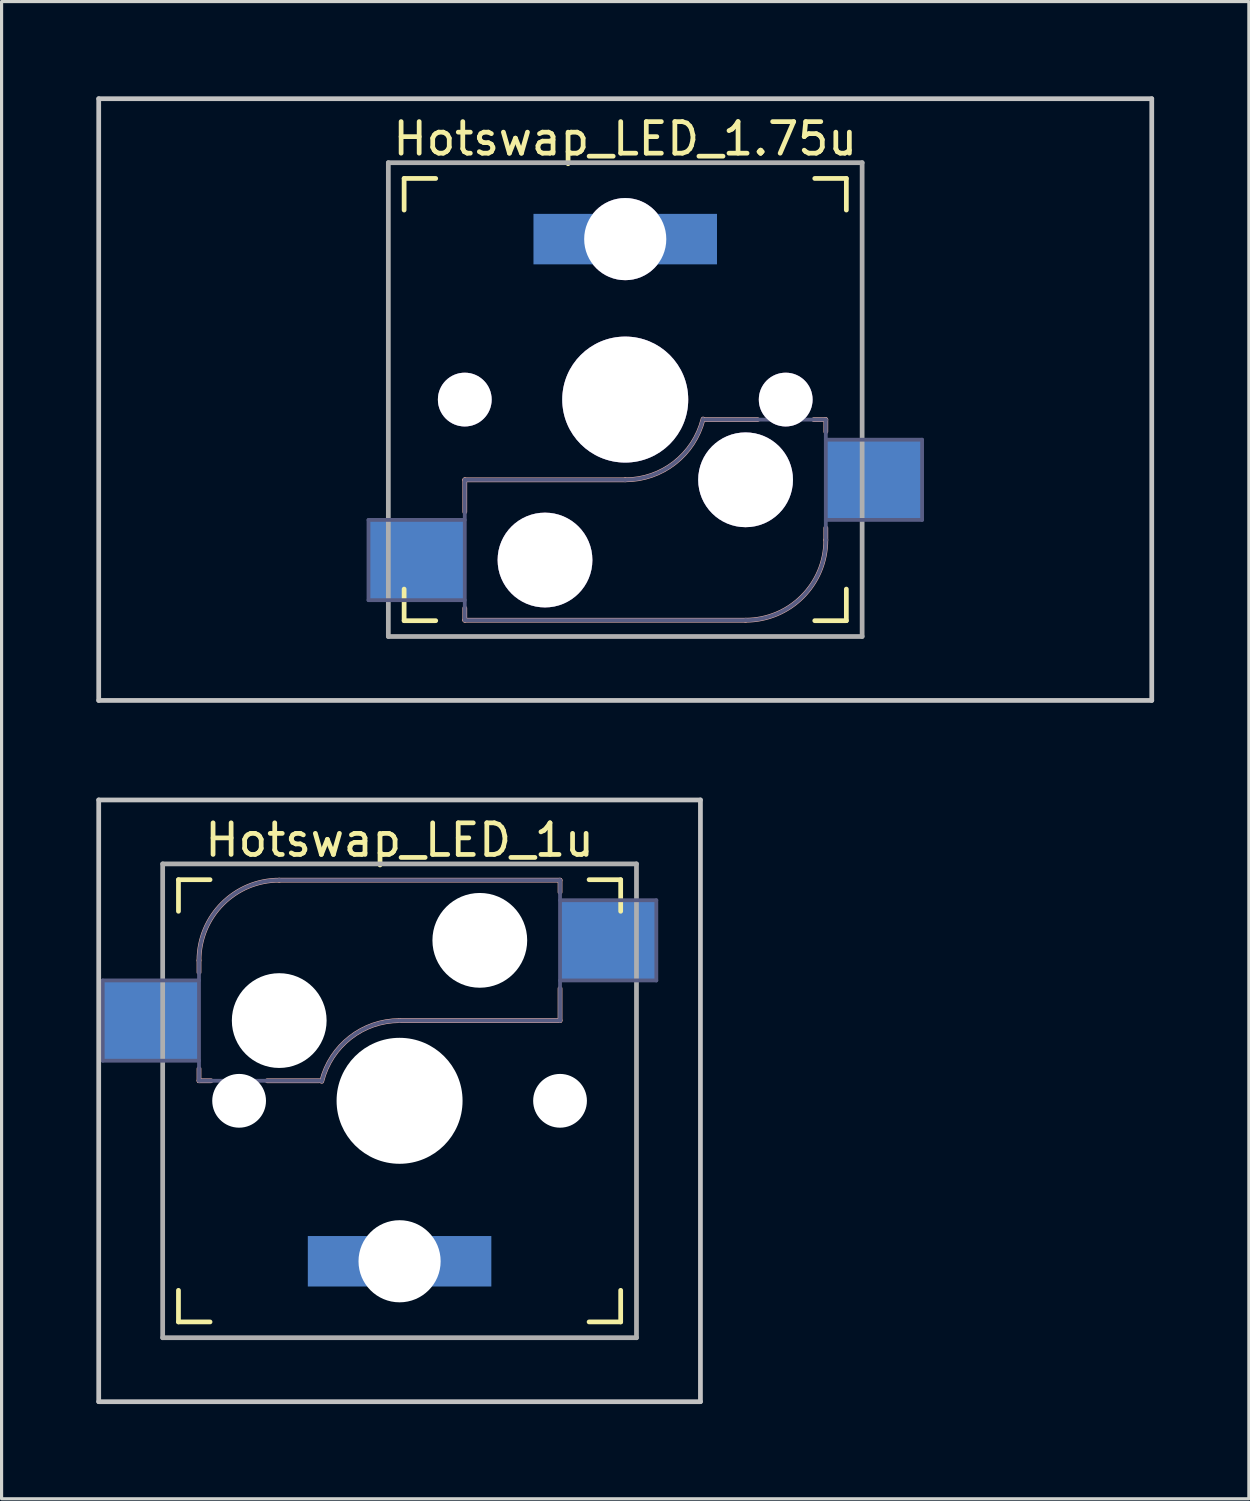
<source format=kicad_pcb>
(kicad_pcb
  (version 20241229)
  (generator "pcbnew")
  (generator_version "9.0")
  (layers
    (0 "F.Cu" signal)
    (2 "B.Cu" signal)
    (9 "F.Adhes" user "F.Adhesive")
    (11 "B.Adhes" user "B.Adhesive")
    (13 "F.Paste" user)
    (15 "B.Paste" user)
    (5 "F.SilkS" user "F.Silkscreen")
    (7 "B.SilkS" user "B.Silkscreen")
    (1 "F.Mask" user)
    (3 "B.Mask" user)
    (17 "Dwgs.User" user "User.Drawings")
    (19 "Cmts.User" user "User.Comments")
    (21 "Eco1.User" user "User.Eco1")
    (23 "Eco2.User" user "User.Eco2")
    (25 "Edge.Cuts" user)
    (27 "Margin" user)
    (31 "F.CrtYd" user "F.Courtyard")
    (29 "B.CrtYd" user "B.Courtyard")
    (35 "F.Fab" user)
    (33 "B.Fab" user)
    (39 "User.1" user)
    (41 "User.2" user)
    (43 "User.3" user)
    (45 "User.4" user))
  (footprint "Hotswap_LED_1.75u"
    (layer "F.Cu")
    (at 16.744 9.6)
    (property "Reference" "Hotswap_LED_1.75u" (at 0 -8.255 0) (layer "F.SilkS") (effects (font (size 1 1) (thickness 0.15))))
    (attr through_hole)
    (fp_line (start -7 -6) (end -7 -7) (stroke (width 0.15) (type solid)) (layer "F.SilkS"))
    (fp_line (start -7 7) (end -7 6) (stroke (width 0.15) (type solid)) (layer "F.SilkS"))
    (fp_line (start -7 7) (end -6 7) (stroke (width 0.15) (type solid)) (layer "F.SilkS"))
    (fp_line (start -6 -7) (end -7 -7) (stroke (width 0.15) (type solid)) (layer "F.SilkS"))
    (fp_line (start 6 7) (end 7 7) (stroke (width 0.15) (type solid)) (layer "F.SilkS"))
    (fp_line (start 7 -7) (end 6 -7) (stroke (width 0.15) (type solid)) (layer "F.SilkS"))
    (fp_line (start 7 -7) (end 7 -6) (stroke (width 0.15) (type solid)) (layer "F.SilkS"))
    (fp_line (start 7 6) (end 7 7) (stroke (width 0.15) (type solid)) (layer "F.SilkS"))
    (fp_line (start -5.08 2.54) (end -5.08 3.556) (stroke (width 0.15) (type solid)) (layer "B.SilkS"))
    (fp_line (start -5.08 6.604) (end -5.08 6.985) (stroke (width 0.15) (type solid)) (layer "B.SilkS"))
    (fp_line (start -5.08 6.985) (end 3.81 6.985) (stroke (width 0.15) (type solid)) (layer "B.SilkS"))
    (fp_line (start 0 2.54) (end -5.08 2.54) (stroke (width 0.15) (type solid)) (layer "B.SilkS"))
    (fp_line (start 4.191 0.635) (end 2.54 0.635) (stroke (width 0.15) (type solid)) (layer "B.SilkS"))
    (fp_line (start 6.35 0.635) (end 5.969 0.635) (stroke (width 0.15) (type solid)) (layer "B.SilkS"))
    (fp_line (start 6.35 1.016) (end 6.35 0.635) (stroke (width 0.15) (type solid)) (layer "B.SilkS"))
    (fp_line (start 6.35 4.445) (end 6.35 4.064) (stroke (width 0.15) (type solid)) (layer "B.SilkS"))
    (fp_arc (start 2.464162 0.61604) (mid 1.563147 2.002042) (end 0 2.54) (stroke (width 0.15) (type solid)) (layer "B.SilkS"))
    (fp_arc (start 6.35 4.445) (mid 5.606051 6.241051) (end 3.81 6.985) (stroke (width 0.15) (type solid)) (layer "B.SilkS"))
    (fp_line (start -16.669 -9.525) (end 16.669 -9.525) (stroke (width 0.15) (type solid)) (layer "Dwgs.User"))
    (fp_line (start -16.669 9.525) (end -16.669 -9.525) (stroke (width 0.15) (type solid)) (layer "Dwgs.User"))
    (fp_line (start -16.669 9.525) (end 16.669 9.525) (stroke (width 0.15) (type solid)) (layer "Dwgs.User"))
    (fp_line (start 16.669 -9.525) (end 16.669 9.525) (stroke (width 0.15) (type solid)) (layer "Dwgs.User"))
    (fp_line (start -6.9 6.9) (end -6.9 -6.9) (stroke (width 0.15) (type solid)) (layer "Eco2.User"))
    (fp_line (start -6.9 6.9) (end 6.9 6.9) (stroke (width 0.15) (type solid)) (layer "Eco2.User"))
    (fp_line (start 6.9 -6.9) (end -6.9 -6.9) (stroke (width 0.15) (type solid)) (layer "Eco2.User"))
    (fp_line (start 6.9 -6.9) (end 6.9 6.9) (stroke (width 0.15) (type solid)) (layer "Eco2.User"))
    (fp_line (start -8.128 3.81) (end -8.128 6.35) (stroke (width 0.12) (type solid)) (layer "B.Fab"))
    (fp_line (start -8.128 6.35) (end -5.08 6.35) (stroke (width 0.12) (type solid)) (layer "B.Fab"))
    (fp_line (start -5.08 2.54) (end -5.08 6.985) (stroke (width 0.12) (type solid)) (layer "B.Fab"))
    (fp_line (start -5.08 3.81) (end -8.128 3.81) (stroke (width 0.12) (type solid)) (layer "B.Fab"))
    (fp_line (start -5.08 6.985) (end 3.81 6.985) (stroke (width 0.12) (type solid)) (layer "B.Fab"))
    (fp_line (start 0 2.54) (end -5.08 2.54) (stroke (width 0.12) (type solid)) (layer "B.Fab"))
    (fp_line (start 6.35 0.635) (end 2.54 0.635) (stroke (width 0.12) (type solid)) (layer "B.Fab"))
    (fp_line (start 6.35 3.81) (end 9.398 3.81) (stroke (width 0.12) (type solid)) (layer "B.Fab"))
    (fp_line (start 6.35 4.445) (end 6.35 0.635) (stroke (width 0.12) (type solid)) (layer "B.Fab"))
    (fp_line (start 9.398 1.27) (end 6.35 1.27) (stroke (width 0.12) (type solid)) (layer "B.Fab"))
    (fp_line (start 9.398 3.81) (end 9.398 1.27) (stroke (width 0.12) (type solid)) (layer "B.Fab"))
    (fp_arc (start 2.464162 0.61604) (mid 1.563147 2.002042) (end 0 2.54) (stroke (width 0.12) (type solid)) (layer "B.Fab"))
    (fp_arc (start 6.35 4.445) (mid 5.606051 6.241051) (end 3.81 6.985) (stroke (width 0.12) (type solid)) (layer "B.Fab"))
    (fp_line (start -7.5 -7.5) (end 7.5 -7.5) (stroke (width 0.15) (type solid)) (layer "F.Fab"))
    (fp_line (start -7.5 7.5) (end -7.5 -7.5) (stroke (width 0.15) (type solid)) (layer "F.Fab"))
    (fp_line (start 7.5 -7.5) (end 7.5 7.5) (stroke (width 0.15) (type solid)) (layer "F.Fab"))
    (fp_line (start 7.5 7.5) (end -7.5 7.5) (stroke (width 0.15) (type solid)) (layer "F.Fab"))
    (pad "" thru_hole circle (at -5.08 0) (size 1.702 1.702) (drill 1.702) (layers "*.Cu" "*.Mask"))
    (pad "" thru_hole circle (at -2.54 5.08) (size 3 3) (drill 3) (layers "*.Cu" "*.Mask"))
    (pad "" thru_hole circle (at 0 -5.08) (size 2.6 2.6) (drill 2.6) (layers "*.Cu" "*.Mask"))
    (pad "" thru_hole circle (at 0 0) (size 3.988 3.988) (drill 3.988) (layers "*.Cu" "*.Mask"))
    (pad "" thru_hole circle (at 3.81 2.54) (size 3 3) (drill 3) (layers "*.Cu" "*.Mask"))
    (pad "" thru_hole circle (at 5.08 0) (size 1.702 1.702) (drill 1.702) (layers "*.Cu" "*.Mask"))
    (pad "1" smd rect (at -6.604 5.08) (size 3 2.5) (layers "B.Cu"))
    (pad "2" smd rect (at 7.874 2.54) (size 3 2.5) (layers "B.Cu"))
    (pad "A" smd rect (at 1.905 -5.08) (size 2 1.598) (layers "B.Cu"))
    (pad "K" smd rect (at -1.905 -5.08) (size 2 1.598) (layers "B.Cu")))
  (footprint "Hotswap_LED_1u"
    (layer "F.Cu")
    (at 9.6 31.8)
    (property "Reference" "Hotswap_LED_1u" (at 0 -8.255 0) (layer "F.SilkS") (effects (font (size 1 1) (thickness 0.15))))
    (attr through_hole)
    (fp_line (start -7 -6) (end -7 -7) (stroke (width 0.15) (type solid)) (layer "F.SilkS"))
    (fp_line (start -7 7) (end -7 6) (stroke (width 0.15) (type solid)) (layer "F.SilkS"))
    (fp_line (start -7 7) (end -6 7) (stroke (width 0.15) (type solid)) (layer "F.SilkS"))
    (fp_line (start -6 -7) (end -7 -7) (stroke (width 0.15) (type solid)) (layer "F.SilkS"))
    (fp_line (start 6 7) (end 7 7) (stroke (width 0.15) (type solid)) (layer "F.SilkS"))
    (fp_line (start 7 -7) (end 6 -7) (stroke (width 0.15) (type solid)) (layer "F.SilkS"))
    (fp_line (start 7 -7) (end 7 -6) (stroke (width 0.15) (type solid)) (layer "F.SilkS"))
    (fp_line (start 7 6) (end 7 7) (stroke (width 0.15) (type solid)) (layer "F.SilkS"))
    (fp_line (start -6.35 -4.445) (end -6.35 -4.064) (stroke (width 0.15) (type solid)) (layer "B.SilkS"))
    (fp_line (start -6.35 -1.016) (end -6.35 -0.635) (stroke (width 0.15) (type solid)) (layer "B.SilkS"))
    (fp_line (start -6.35 -0.635) (end -5.969 -0.635) (stroke (width 0.15) (type solid)) (layer "B.SilkS"))
    (fp_line (start -4.191 -0.635) (end -2.54 -0.635) (stroke (width 0.15) (type solid)) (layer "B.SilkS"))
    (fp_line (start 0 -2.54) (end 5.08 -2.54) (stroke (width 0.15) (type solid)) (layer "B.SilkS"))
    (fp_line (start 5.08 -6.985) (end -3.81 -6.985) (stroke (width 0.15) (type solid)) (layer "B.SilkS"))
    (fp_line (start 5.08 -6.604) (end 5.08 -6.985) (stroke (width 0.15) (type solid)) (layer "B.SilkS"))
    (fp_line (start 5.08 -2.54) (end 5.08 -3.556) (stroke (width 0.15) (type solid)) (layer "B.SilkS"))
    (fp_arc (start -6.35 -4.445) (mid -5.606051 -6.241051) (end -3.81 -6.985) (stroke (width 0.15) (type solid)) (layer "B.SilkS"))
    (fp_arc (start -2.464162 -0.61604) (mid -1.563147 -2.002042) (end 0 -2.54) (stroke (width 0.15) (type solid)) (layer "B.SilkS"))
    (fp_line (start -9.525 -9.525) (end 9.525 -9.525) (stroke (width 0.15) (type solid)) (layer "Dwgs.User"))
    (fp_line (start -9.525 9.525) (end -9.525 -9.525) (stroke (width 0.15) (type solid)) (layer "Dwgs.User"))
    (fp_line (start -9.525 9.525) (end 9.525 9.525) (stroke (width 0.15) (type solid)) (layer "Dwgs.User"))
    (fp_line (start 9.525 -9.525) (end 9.525 9.525) (stroke (width 0.15) (type solid)) (layer "Dwgs.User"))
    (fp_line (start -6.9 6.9) (end -6.9 -6.9) (stroke (width 0.15) (type solid)) (layer "Eco2.User"))
    (fp_line (start -6.9 6.9) (end 6.9 6.9) (stroke (width 0.15) (type solid)) (layer "Eco2.User"))
    (fp_line (start 6.9 -6.9) (end -6.9 -6.9) (stroke (width 0.15) (type solid)) (layer "Eco2.User"))
    (fp_line (start 6.9 -6.9) (end 6.9 6.9) (stroke (width 0.15) (type solid)) (layer "Eco2.User"))
    (fp_line (start -9.398 -3.81) (end -9.398 -1.27) (stroke (width 0.12) (type solid)) (layer "B.Fab"))
    (fp_line (start -9.398 -1.27) (end -6.35 -1.27) (stroke (width 0.12) (type solid)) (layer "B.Fab"))
    (fp_line (start -6.35 -4.445) (end -6.35 -0.635) (stroke (width 0.12) (type solid)) (layer "B.Fab"))
    (fp_line (start -6.35 -3.81) (end -9.398 -3.81) (stroke (width 0.12) (type solid)) (layer "B.Fab"))
    (fp_line (start -6.35 -0.635) (end -2.54 -0.635) (stroke (width 0.12) (type solid)) (layer "B.Fab"))
    (fp_line (start 0 -2.54) (end 5.08 -2.54) (stroke (width 0.12) (type solid)) (layer "B.Fab"))
    (fp_line (start 5.08 -6.985) (end -3.81 -6.985) (stroke (width 0.12) (type solid)) (layer "B.Fab"))
    (fp_line (start 5.08 -3.81) (end 8.128 -3.81) (stroke (width 0.12) (type solid)) (layer "B.Fab"))
    (fp_line (start 5.08 -2.54) (end 5.08 -6.985) (stroke (width 0.12) (type solid)) (layer "B.Fab"))
    (fp_line (start 8.128 -6.35) (end 5.08 -6.35) (stroke (width 0.12) (type solid)) (layer "B.Fab"))
    (fp_line (start 8.128 -3.81) (end 8.128 -6.35) (stroke (width 0.12) (type solid)) (layer "B.Fab"))
    (fp_arc (start -6.35 -4.445) (mid -5.606051 -6.241051) (end -3.81 -6.985) (stroke (width 0.12) (type solid)) (layer "B.Fab"))
    (fp_arc (start -2.464162 -0.61604) (mid -1.563147 -2.002042) (end 0 -2.54) (stroke (width 0.12) (type solid)) (layer "B.Fab"))
    (fp_line (start -7.5 -7.5) (end 7.5 -7.5) (stroke (width 0.15) (type solid)) (layer "F.Fab"))
    (fp_line (start -7.5 7.5) (end -7.5 -7.5) (stroke (width 0.15) (type solid)) (layer "F.Fab"))
    (fp_line (start 7.5 -7.5) (end 7.5 7.5) (stroke (width 0.15) (type solid)) (layer "F.Fab"))
    (fp_line (start 7.5 7.5) (end -7.5 7.5) (stroke (width 0.15) (type solid)) (layer "F.Fab"))
    (pad "" np_thru_hole circle (at -5.08 0 180) (size 1.702 1.702) (drill 1.702) (layers "*.Cu" "*.Mask"))
    (pad "" np_thru_hole circle (at -3.81 -2.54 180) (size 3 3) (drill 3) (layers "*.Cu" "*.Mask"))
    (pad "" np_thru_hole circle (at 0 0 180) (size 3.988 3.988) (drill 3.988) (layers "*.Cu" "*.Mask"))
    (pad "" np_thru_hole circle (at 0 5.08 180) (size 2.6 2.6) (drill 2.6) (layers "*.Cu" "*.Mask"))
    (pad "" np_thru_hole circle (at 2.54 -5.08 180) (size 3 3) (drill 3) (layers "*.Cu" "*.Mask"))
    (pad "" np_thru_hole circle (at 5.08 0 180) (size 1.702 1.702) (drill 1.702) (layers "*.Cu" "*.Mask"))
    (pad "1" smd rect (at -7.874 -2.54 180) (size 3 2.5) (layers "B.Cu"))
    (pad "2" smd rect (at 6.604 -5.08 180) (size 3 2.5) (layers "B.Cu"))
    (pad "A" smd rect (at -1.905 5.08 180) (size 2 1.598) (layers "B.Cu"))
    (pad "K" smd rect (at 1.905 5.08 180) (size 2 1.598) (layers "B.Cu")))
  (gr_rect
    (start -3 -3)
    (end 36.487 44.4)
    (stroke (width 0.1) (type default))
    (fill no)
    (layer "Edge.Cuts")))
</source>
